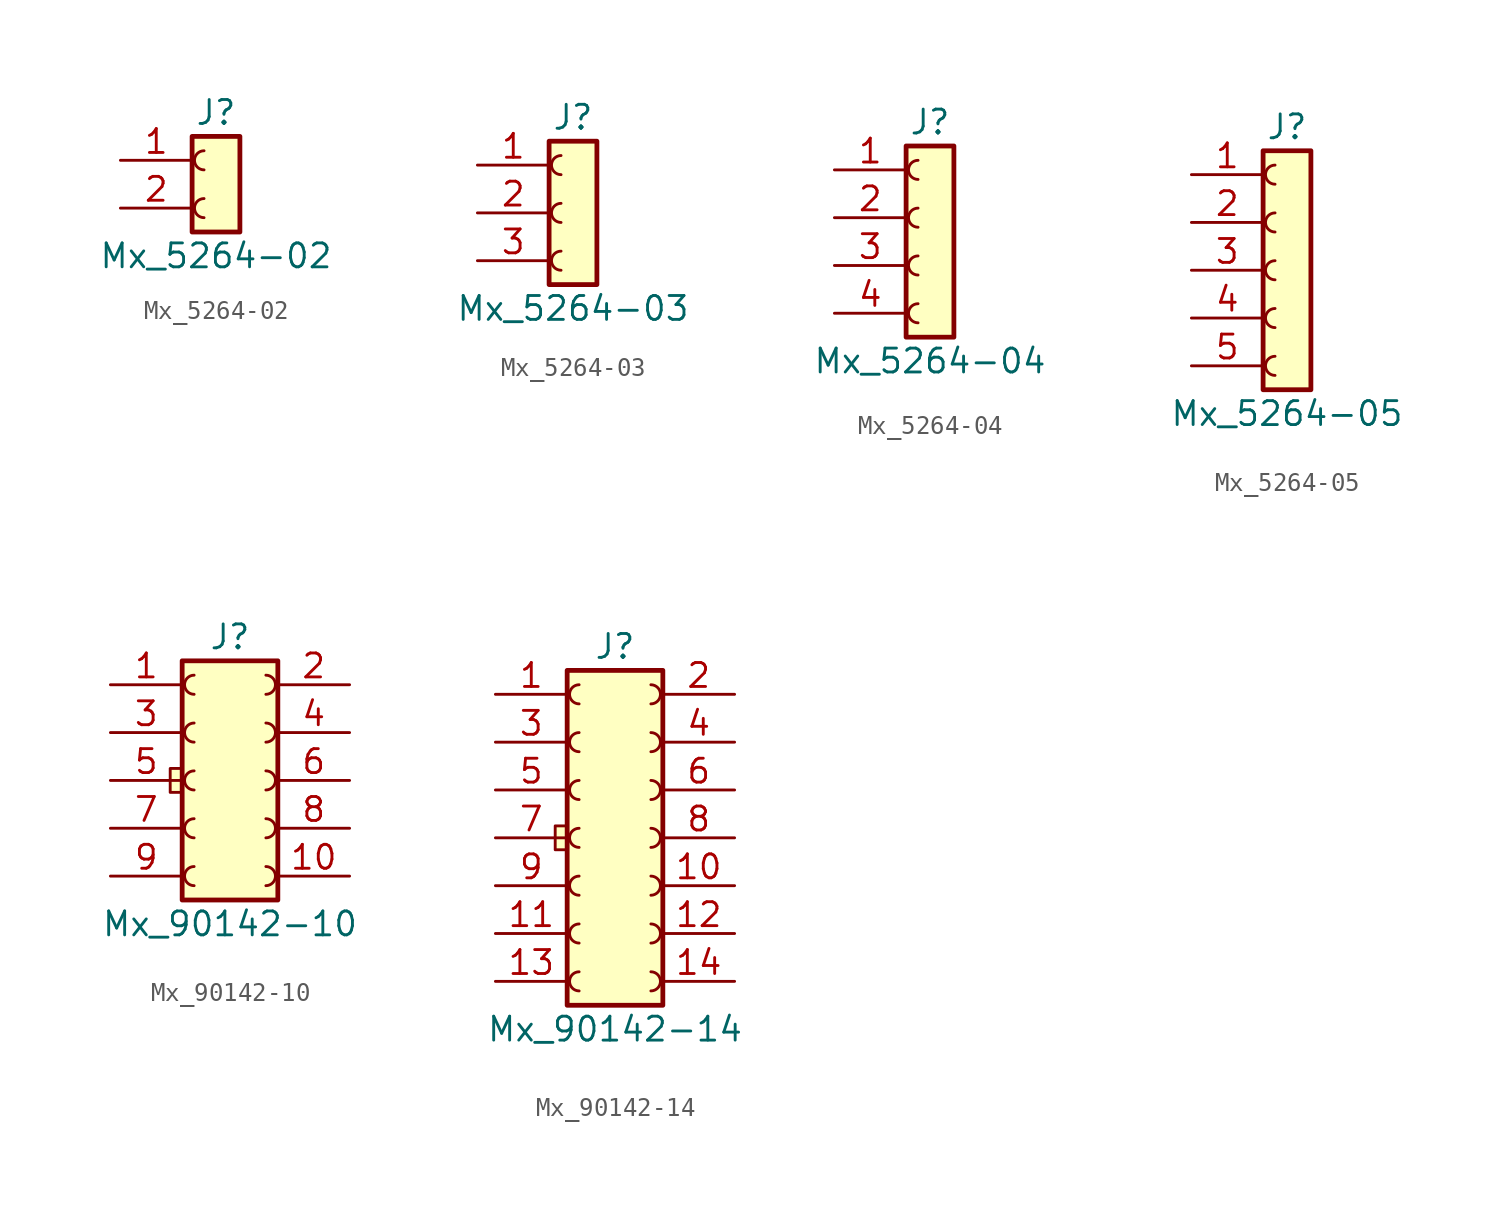
<source format=kicad_sym>
(kicad_symbol_lib
  (version 20220914)
  (generator kicad_symbol_editor)
  (symbol "Mx_5264-02"
    (pin_names
      (offset 1.016) hide)
    (property "Reference" "J"
      (at 0 2.54 0)
      (effects (font (size 1.27 1.27))))
    (property "Value" "Mx_5264-02"
      (at 0 -5.08 0)
      (effects (font (size 1.27 1.27))))
    (symbol "Mx_5264-02_1_1"
      (rectangle (start -1.27 1.27) (end 1.27 -3.81) (stroke (width 0.254) (type default)) (fill (type background)))
      (arc (start -0.635 -2.032) (mid -1.1408 -2.54) (end -0.635 -3.048) (stroke (width 0) (type default)) (fill (type none)))
      (arc (start -0.635 0.508) (mid -1.1408 0) (end -0.635 -0.508) (stroke (width 0) (type default)) (fill (type none)))
      (pin passive line (at -5.08 0 0) (length 3.81) (name "Pin_1" (effects (font (size 1.27 1.27)))) (number "1" (effects (font (size 1.27 1.27)))))
      (pin passive line (at -5.08 -2.54 0) (length 3.81) (name "Pin_2" (effects (font (size 1.27 1.27)))) (number "2" (effects (font (size 1.27 1.27)))))))
  (symbol "Mx_5264-03"
    (pin_names
      (offset 1.016) hide)
    (property "Reference" "J"
      (at 0 5.08 0)
      (effects (font (size 1.27 1.27))))
    (property "Value" "Mx_5264-03"
      (at 0 -5.08 0)
      (effects (font (size 1.27 1.27))))
    (symbol "Mx_5264-03_1_1"
      (rectangle (start -1.27 3.81) (end 1.27 -3.81) (stroke (width 0.254) (type default)) (fill (type background)))
      (arc (start -0.635 -2.032) (mid -1.1408 -2.54) (end -0.635 -3.048) (stroke (width 0) (type default)) (fill (type none)))
      (arc (start -0.635 0.508) (mid -1.1408 0) (end -0.635 -0.508) (stroke (width 0) (type default)) (fill (type none)))
      (arc (start -0.635 3.048) (mid -1.1408 2.54) (end -0.635 2.032) (stroke (width 0) (type default)) (fill (type none)))
      (pin passive line (at -5.08 2.54 0) (length 3.81) (name "Pin_1" (effects (font (size 1.27 1.27)))) (number "1" (effects (font (size 1.27 1.27)))))
      (pin passive line (at -5.08 0 0) (length 3.81) (name "Pin_2" (effects (font (size 1.27 1.27)))) (number "2" (effects (font (size 1.27 1.27)))))
      (pin passive line (at -5.08 -2.54 0) (length 3.81) (name "Pin_3" (effects (font (size 1.27 1.27)))) (number "3" (effects (font (size 1.27 1.27)))))))
  (symbol "Mx_5264-04"
    (pin_names
      (offset 1.016) hide)
    (property "Reference" "J"
      (at 0 6.35 0)
      (effects (font (size 1.27 1.27))))
    (property "Value" "Mx_5264-04"
      (at 0 -6.35 0)
      (effects (font (size 1.27 1.27))))
    (symbol "Mx_5264-04_1_1"
      (rectangle (start -1.27 5.08) (end 1.27 -5.08) (stroke (width 0.254) (type default)) (fill (type background)))
      (arc (start -0.635 -3.302) (mid -1.1408 -3.81) (end -0.635 -4.318) (stroke (width 0) (type default)) (fill (type none)))
      (arc (start -0.635 -0.762) (mid -1.1408 -1.27) (end -0.635 -1.778) (stroke (width 0) (type default)) (fill (type none)))
      (arc (start -0.635 1.778) (mid -1.1408 1.27) (end -0.635 0.762) (stroke (width 0) (type default)) (fill (type none)))
      (arc (start -0.635 4.318) (mid -1.1408 3.81) (end -0.635 3.302) (stroke (width 0) (type default)) (fill (type none)))
      (pin passive line (at -5.08 3.81 0) (length 3.81) (name "Pin_1" (effects (font (size 1.27 1.27)))) (number "1" (effects (font (size 1.27 1.27)))))
      (pin passive line (at -5.08 1.27 0) (length 3.81) (name "Pin_2" (effects (font (size 1.27 1.27)))) (number "2" (effects (font (size 1.27 1.27)))))
      (pin passive line (at -5.08 -1.27 0) (length 3.81) (name "Pin_3" (effects (font (size 1.27 1.27)))) (number "3" (effects (font (size 1.27 1.27)))))
      (pin passive line (at -5.08 -3.81 0) (length 3.81) (name "Pin_4" (effects (font (size 1.27 1.27)))) (number "4" (effects (font (size 1.27 1.27)))))))
  (symbol "Mx_5264-05"
    (pin_names
      (offset 1.016) hide)
    (property "Reference" "J"
      (at 0 7.62 0)
      (effects (font (size 1.27 1.27))))
    (property "Value" "Mx_5264-05"
      (at 0 -7.62 0)
      (effects (font (size 1.27 1.27))))
    (symbol "Mx_5264-05_1_1"
      (rectangle (start -1.27 6.35) (end 1.27 -6.35) (stroke (width 0.254) (type default)) (fill (type background)))
      (arc (start -0.635 -4.572) (mid -1.1408 -5.08) (end -0.635 -5.588) (stroke (width 0) (type default)) (fill (type none)))
      (arc (start -0.635 -2.032) (mid -1.1408 -2.54) (end -0.635 -3.048) (stroke (width 0) (type default)) (fill (type none)))
      (arc (start -0.635 0.508) (mid -1.1408 0) (end -0.635 -0.508) (stroke (width 0) (type default)) (fill (type none)))
      (arc (start -0.635 3.048) (mid -1.1408 2.54) (end -0.635 2.032) (stroke (width 0) (type default)) (fill (type none)))
      (arc (start -0.635 5.588) (mid -1.1408 5.08) (end -0.635 4.572) (stroke (width 0) (type default)) (fill (type none)))
      (pin passive line (at -5.08 5.08 0) (length 3.81) (name "Pin_1" (effects (font (size 1.27 1.27)))) (number "1" (effects (font (size 1.27 1.27)))))
      (pin passive line (at -5.08 2.54 0) (length 3.81) (name "Pin_2" (effects (font (size 1.27 1.27)))) (number "2" (effects (font (size 1.27 1.27)))))
      (pin passive line (at -5.08 0 0) (length 3.81) (name "Pin_3" (effects (font (size 1.27 1.27)))) (number "3" (effects (font (size 1.27 1.27)))))
      (pin passive line (at -5.08 -2.54 0) (length 3.81) (name "Pin_4" (effects (font (size 1.27 1.27)))) (number "4" (effects (font (size 1.27 1.27)))))
      (pin passive line (at -5.08 -5.08 0) (length 3.81) (name "Pin_5" (effects (font (size 1.27 1.27)))) (number "5" (effects (font (size 1.27 1.27)))))))
  (symbol "Mx_90142-10"
    (pin_names
      (offset 1.016) hide)
    (property "Reference" "J"
      (at 0 7.62 0)
      (effects (font (size 1.27 1.27))))
    (property "Value" "Mx_90142-10"
      (at 0 -7.62 0)
      (effects (font (size 1.27 1.27))))
    (symbol "Mx_90142-10_0_1"
      (rectangle (start -3.175 0.635) (end -2.54 -0.635) (stroke (width 0) (type default)) (fill (type background))))
    (symbol "Mx_90142-10_1_1"
      (arc (start -1.905 -4.572) (mid -2.4108 -5.08) (end -1.905 -5.588) (stroke (width 0) (type default)) (fill (type none)))
      (arc (start -1.905 -2.032) (mid -2.4108 -2.54) (end -1.905 -3.048) (stroke (width 0) (type default)) (fill (type none)))
      (arc (start -1.905 0.508) (mid -2.4108 0) (end -1.905 -0.508) (stroke (width 0) (type default)) (fill (type none)))
      (arc (start -1.905 3.048) (mid -2.4108 2.54) (end -1.905 2.032) (stroke (width 0) (type default)) (fill (type none)))
      (arc (start -1.905 5.588) (mid -2.4108 5.08) (end -1.905 4.572) (stroke (width 0) (type default)) (fill (type none)))
      (arc (start 1.905 -5.588) (mid 2.4108 -5.08) (end 1.905 -4.572) (stroke (width 0) (type default)) (fill (type none)))
      (arc (start 1.905 -3.048) (mid 2.4108 -2.54) (end 1.905 -2.032) (stroke (width 0) (type default)) (fill (type none)))
      (arc (start 1.905 -0.508) (mid 2.4108 0) (end 1.905 0.508) (stroke (width 0) (type default)) (fill (type none)))
      (arc (start 1.905 2.032) (mid 2.4108 2.54) (end 1.905 3.048) (stroke (width 0) (type default)) (fill (type none)))
      (arc (start 1.905 4.572) (mid 2.4108 5.08) (end 1.905 5.588) (stroke (width 0) (type default)) (fill (type none)))
      (rectangle (start 2.54 6.35) (end -2.54 -6.35) (stroke (width 0.254) (type default)) (fill (type background)))
      (pin passive line (at -6.35 5.08 0) (length 3.81) (name "Pin_1" (effects (font (size 1.27 1.27)))) (number "1" (effects (font (size 1.27 1.27)))))
      (pin passive line (at 6.35 -5.08 180) (length 3.81) (name "Pin_10" (effects (font (size 1.27 1.27)))) (number "10" (effects (font (size 1.27 1.27)))))
      (pin passive line (at 6.35 5.08 180) (length 3.81) (name "Pin_2" (effects (font (size 1.27 1.27)))) (number "2" (effects (font (size 1.27 1.27)))))
      (pin passive line (at -6.35 2.54 0) (length 3.81) (name "Pin_3" (effects (font (size 1.27 1.27)))) (number "3" (effects (font (size 1.27 1.27)))))
      (pin passive line (at 6.35 2.54 180) (length 3.81) (name "Pin_4" (effects (font (size 1.27 1.27)))) (number "4" (effects (font (size 1.27 1.27)))))
      (pin passive line (at -6.35 0 0) (length 3.81) (name "Pin_5" (effects (font (size 1.27 1.27)))) (number "5" (effects (font (size 1.27 1.27)))))
      (pin passive line (at 6.35 0 180) (length 3.81) (name "Pin_6" (effects (font (size 1.27 1.27)))) (number "6" (effects (font (size 1.27 1.27)))))
      (pin passive line (at -6.35 -2.54 0) (length 3.81) (name "Pin_7" (effects (font (size 1.27 1.27)))) (number "7" (effects (font (size 1.27 1.27)))))
      (pin passive line (at 6.35 -2.54 180) (length 3.81) (name "Pin_8" (effects (font (size 1.27 1.27)))) (number "8" (effects (font (size 1.27 1.27)))))
      (pin passive line (at -6.35 -5.08 0) (length 3.81) (name "Pin_9" (effects (font (size 1.27 1.27)))) (number "9" (effects (font (size 1.27 1.27)))))))
  (symbol "Mx_90142-14"
    (pin_names
      (offset 1.016) hide)
    (property "Reference" "J"
      (at 0 10.16 0)
      (effects (font (size 1.27 1.27))))
    (property "Value" "Mx_90142-14"
      (at 0 -10.16 0)
      (effects (font (size 1.27 1.27))))
    (symbol "Mx_90142-14_0_1"
      (rectangle (start -3.175 0.635) (end -2.54 -0.635) (stroke (width 0) (type default)) (fill (type background))))
    (symbol "Mx_90142-14_1_1"
      (arc (start -1.905 -7.112) (mid -2.4108 -7.62) (end -1.905 -8.128) (stroke (width 0) (type default)) (fill (type none)))
      (arc (start -1.905 -4.572) (mid -2.4108 -5.08) (end -1.905 -5.588) (stroke (width 0) (type default)) (fill (type none)))
      (arc (start -1.905 -2.032) (mid -2.4108 -2.54) (end -1.905 -3.048) (stroke (width 0) (type default)) (fill (type none)))
      (arc (start -1.905 0.508) (mid -2.4108 0) (end -1.905 -0.508) (stroke (width 0) (type default)) (fill (type none)))
      (arc (start -1.905 3.048) (mid -2.4108 2.54) (end -1.905 2.032) (stroke (width 0) (type default)) (fill (type none)))
      (arc (start -1.905 5.588) (mid -2.4108 5.08) (end -1.905 4.572) (stroke (width 0) (type default)) (fill (type none)))
      (arc (start -1.905 8.128) (mid -2.4108 7.62) (end -1.905 7.112) (stroke (width 0) (type default)) (fill (type none)))
      (arc (start 1.905 -8.128) (mid 2.4108 -7.62) (end 1.905 -7.112) (stroke (width 0) (type default)) (fill (type none)))
      (arc (start 1.905 -5.588) (mid 2.4108 -5.08) (end 1.905 -4.572) (stroke (width 0) (type default)) (fill (type none)))
      (arc (start 1.905 -3.048) (mid 2.4108 -2.54) (end 1.905 -2.032) (stroke (width 0) (type default)) (fill (type none)))
      (arc (start 1.905 -0.508) (mid 2.4108 0) (end 1.905 0.508) (stroke (width 0) (type default)) (fill (type none)))
      (arc (start 1.905 2.032) (mid 2.4108 2.54) (end 1.905 3.048) (stroke (width 0) (type default)) (fill (type none)))
      (arc (start 1.905 4.572) (mid 2.4108 5.08) (end 1.905 5.588) (stroke (width 0) (type default)) (fill (type none)))
      (arc (start 1.905 7.112) (mid 2.4108 7.62) (end 1.905 8.128) (stroke (width 0) (type default)) (fill (type none)))
      (rectangle (start 2.54 8.89) (end -2.54 -8.89) (stroke (width 0.254) (type default)) (fill (type background)))
      (pin passive line (at -6.35 7.62 0) (length 3.81) (name "Pin_1" (effects (font (size 1.27 1.27)))) (number "1" (effects (font (size 1.27 1.27)))))
      (pin passive line (at 6.35 -2.54 180) (length 3.81) (name "Pin_10" (effects (font (size 1.27 1.27)))) (number "10" (effects (font (size 1.27 1.27)))))
      (pin passive line (at -6.35 -5.08 0) (length 3.81) (name "Pin_11" (effects (font (size 1.27 1.27)))) (number "11" (effects (font (size 1.27 1.27)))))
      (pin passive line (at 6.35 -5.08 180) (length 3.81) (name "Pin_12" (effects (font (size 1.27 1.27)))) (number "12" (effects (font (size 1.27 1.27)))))
      (pin passive line (at -6.35 -7.62 0) (length 3.81) (name "Pin_13" (effects (font (size 1.27 1.27)))) (number "13" (effects (font (size 1.27 1.27)))))
      (pin passive line (at 6.35 -7.62 180) (length 3.81) (name "Pin_14" (effects (font (size 1.27 1.27)))) (number "14" (effects (font (size 1.27 1.27)))))
      (pin passive line (at 6.35 7.62 180) (length 3.81) (name "Pin_2" (effects (font (size 1.27 1.27)))) (number "2" (effects (font (size 1.27 1.27)))))
      (pin passive line (at -6.35 5.08 0) (length 3.81) (name "Pin_3" (effects (font (size 1.27 1.27)))) (number "3" (effects (font (size 1.27 1.27)))))
      (pin passive line (at 6.35 5.08 180) (length 3.81) (name "Pin_4" (effects (font (size 1.27 1.27)))) (number "4" (effects (font (size 1.27 1.27)))))
      (pin passive line (at -6.35 2.54 0) (length 3.81) (name "Pin_5" (effects (font (size 1.27 1.27)))) (number "5" (effects (font (size 1.27 1.27)))))
      (pin passive line (at 6.35 2.54 180) (length 3.81) (name "Pin_6" (effects (font (size 1.27 1.27)))) (number "6" (effects (font (size 1.27 1.27)))))
      (pin passive line (at -6.35 0 0) (length 3.81) (name "Pin_7" (effects (font (size 1.27 1.27)))) (number "7" (effects (font (size 1.27 1.27)))))
      (pin passive line (at 6.35 0 180) (length 3.81) (name "Pin_8" (effects (font (size 1.27 1.27)))) (number "8" (effects (font (size 1.27 1.27)))))
      (pin passive line (at -6.35 -2.54 0) (length 3.81) (name "Pin_9" (effects (font (size 1.27 1.27)))) (number "9" (effects (font (size 1.27 1.27))))))))
</source>
